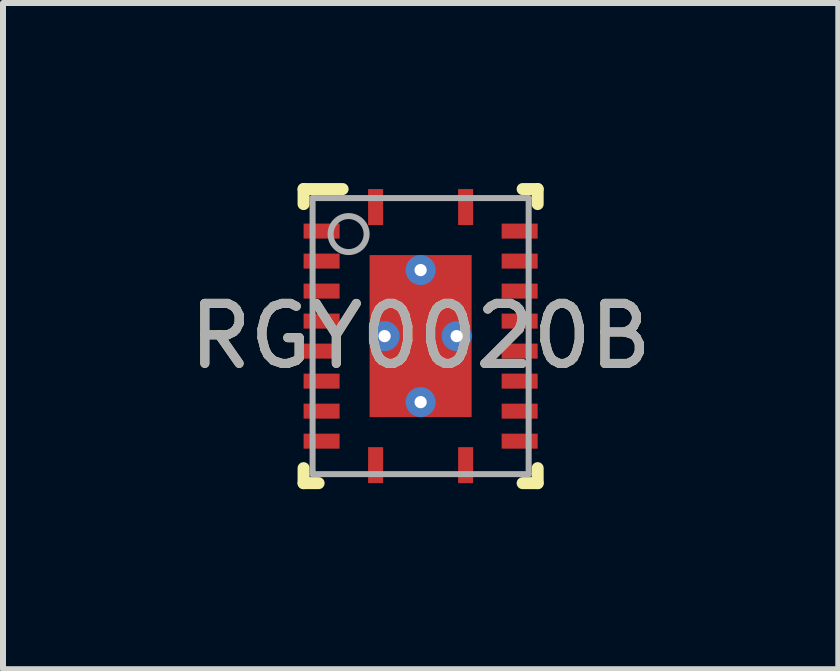
<source format=kicad_pcb>
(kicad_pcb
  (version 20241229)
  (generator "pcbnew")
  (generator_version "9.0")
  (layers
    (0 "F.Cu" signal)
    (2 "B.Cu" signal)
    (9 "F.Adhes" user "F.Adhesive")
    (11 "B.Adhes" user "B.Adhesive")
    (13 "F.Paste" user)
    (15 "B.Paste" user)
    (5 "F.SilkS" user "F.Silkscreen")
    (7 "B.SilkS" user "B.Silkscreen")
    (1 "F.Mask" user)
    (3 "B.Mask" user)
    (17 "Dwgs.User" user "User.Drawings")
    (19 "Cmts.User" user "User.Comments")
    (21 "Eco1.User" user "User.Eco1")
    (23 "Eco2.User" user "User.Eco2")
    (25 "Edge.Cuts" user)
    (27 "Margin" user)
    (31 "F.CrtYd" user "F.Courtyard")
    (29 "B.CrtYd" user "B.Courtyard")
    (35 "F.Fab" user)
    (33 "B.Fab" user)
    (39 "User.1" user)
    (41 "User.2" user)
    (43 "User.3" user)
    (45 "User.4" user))
  (footprint "RGY0020B"
    (layer "F.Cu")
    (at 3.958 2.55)
    (property "Reference" "RGY0020B" (at 0 0 0) (unlocked yes) (layer "F.SilkS") (effects (font (size 1 1) (thickness 0.15))))
    (attr smd)
    (fp_line (start -1.95 -2.45) (end -1.3 -2.45) (stroke (width 0.2) (type solid)) (layer "F.SilkS"))
    (fp_line (start -1.95 -2.2) (end -1.95 -2.45) (stroke (width 0.2) (type solid)) (layer "F.SilkS"))
    (fp_line (start -1.95 2.45) (end -1.95 2.2) (stroke (width 0.2) (type solid)) (layer "F.SilkS"))
    (fp_line (start -1.95 2.45) (end -1.7 2.45) (stroke (width 0.2) (type solid)) (layer "F.SilkS"))
    (fp_line (start 1.7 -2.45) (end 1.95 -2.45) (stroke (width 0.2) (type solid)) (layer "F.SilkS"))
    (fp_line (start 1.7 2.45) (end 1.95 2.45) (stroke (width 0.2) (type solid)) (layer "F.SilkS"))
    (fp_line (start 1.95 -2.2) (end 1.95 -2.45) (stroke (width 0.2) (type solid)) (layer "F.SilkS"))
    (fp_line (start 1.95 2.45) (end 1.95 2.2) (stroke (width 0.2) (type solid)) (layer "F.SilkS"))
    (fp_poly (pts (xy -0.1 -1.261) (xy -0.1 -0.149) (xy -0.101 -0.139) (xy -0.104 -0.13) (xy -0.108 -0.122) (xy -0.114 -0.114) (xy -0.122 -0.108) (xy -0.13 -0.104) (xy -0.139 -0.101) (xy -0.149 -0.1) (xy -0.801 -0.1) (xy -0.811 -0.101) (xy -0.82 -0.104) (xy -0.828 -0.108) (xy -0.836 -0.114) (xy -0.842 -0.122) (xy -0.846 -0.13) (xy -0.849 -0.139) (xy -0.85 -0.149) (xy -0.85 -1.261) (xy -0.849 -1.271) (xy -0.846 -1.28) (xy -0.842 -1.288) (xy -0.836 -1.296) (xy -0.828 -1.302) (xy -0.82 -1.306) (xy -0.811 -1.309) (xy -0.801 -1.31) (xy -0.149 -1.31) (xy -0.139 -1.309) (xy -0.13 -1.306) (xy -0.122 -1.302) (xy -0.114 -1.296) (xy -0.108 -1.288) (xy -0.104 -1.28) (xy -0.101 -1.271)) (stroke (width 0) (type solid)) (fill yes) (layer "F.Paste"))
    (fp_poly (pts (xy -0.1 0.149) (xy -0.1 1.261) (xy -0.101 1.271) (xy -0.104 1.28) (xy -0.108 1.288) (xy -0.114 1.296) (xy -0.122 1.302) (xy -0.13 1.306) (xy -0.139 1.309) (xy -0.149 1.31) (xy -0.801 1.31) (xy -0.811 1.309) (xy -0.82 1.306) (xy -0.828 1.302) (xy -0.836 1.296) (xy -0.842 1.288) (xy -0.846 1.28) (xy -0.849 1.271) (xy -0.85 1.261) (xy -0.85 0.149) (xy -0.849 0.139) (xy -0.846 0.13) (xy -0.842 0.122) (xy -0.836 0.114) (xy -0.828 0.108) (xy -0.82 0.104) (xy -0.811 0.101) (xy -0.801 0.1) (xy -0.149 0.1) (xy -0.139 0.101) (xy -0.13 0.104) (xy -0.122 0.108) (xy -0.114 0.114) (xy -0.108 0.122) (xy -0.104 0.13) (xy -0.101 0.139)) (stroke (width 0) (type solid)) (fill yes) (layer "F.Paste"))
    (fp_poly (pts (xy 0.1 -0.149) (xy 0.1 -1.261) (xy 0.101 -1.271) (xy 0.104 -1.28) (xy 0.108 -1.288) (xy 0.114 -1.296) (xy 0.122 -1.302) (xy 0.13 -1.306) (xy 0.139 -1.309) (xy 0.149 -1.31) (xy 0.801 -1.31) (xy 0.811 -1.309) (xy 0.82 -1.306) (xy 0.828 -1.302) (xy 0.836 -1.296) (xy 0.842 -1.288) (xy 0.846 -1.28) (xy 0.849 -1.271) (xy 0.85 -1.261) (xy 0.85 -0.149) (xy 0.849 -0.139) (xy 0.846 -0.13) (xy 0.842 -0.122) (xy 0.836 -0.114) (xy 0.828 -0.108) (xy 0.82 -0.104) (xy 0.811 -0.101) (xy 0.801 -0.1) (xy 0.149 -0.1) (xy 0.139 -0.101) (xy 0.13 -0.104) (xy 0.122 -0.108) (xy 0.114 -0.114) (xy 0.108 -0.122) (xy 0.104 -0.13) (xy 0.101 -0.139)) (stroke (width 0) (type solid)) (fill yes) (layer "F.Paste"))
    (fp_poly (pts (xy 0.1 1.261) (xy 0.1 0.149) (xy 0.101 0.139) (xy 0.104 0.13) (xy 0.108 0.122) (xy 0.114 0.114) (xy 0.122 0.108) (xy 0.13 0.104) (xy 0.139 0.101) (xy 0.149 0.1) (xy 0.801 0.1) (xy 0.811 0.101) (xy 0.82 0.104) (xy 0.828 0.108) (xy 0.836 0.114) (xy 0.842 0.122) (xy 0.846 0.13) (xy 0.849 0.139) (xy 0.85 0.149) (xy 0.85 1.261) (xy 0.849 1.271) (xy 0.846 1.28) (xy 0.842 1.288) (xy 0.836 1.296) (xy 0.828 1.302) (xy 0.82 1.306) (xy 0.811 1.309) (xy 0.801 1.31) (xy 0.149 1.31) (xy 0.139 1.309) (xy 0.13 1.306) (xy 0.122 1.302) (xy 0.114 1.296) (xy 0.108 1.288) (xy 0.104 1.28) (xy 0.101 1.271)) (stroke (width 0) (type solid)) (fill yes) (layer "F.Paste"))
    (fp_line (start -1.8 -2.3) (end 1.8 -2.3) (stroke (width 0.1) (type solid)) (layer "F.Fab"))
    (fp_line (start -1.8 2.3) (end -1.8 -2.3) (stroke (width 0.1) (type solid)) (layer "F.Fab"))
    (fp_line (start -1.8 2.3) (end 1.8 2.3) (stroke (width 0.1) (type solid)) (layer "F.Fab"))
    (fp_line (start 1.8 2.3) (end 1.8 -2.3) (stroke (width 0.1) (type solid)) (layer "F.Fab"))
    (fp_circle (center -1.2 -1.7) (end -0.9 -1.7) (stroke (width 0.1) (type solid)) (fill no) (layer "F.Fab"))
    (fp_text user "${REFERENCE}" (at 0 0 0) (unlocked yes) (layer "F.Fab") (effects (font (size 1 1) (thickness 0.15))))
    (pad "1" smd rect (at -0.75 -2.15) (size 0.25 0.6) (layers "F.Cu" "F.Mask" "F.Paste"))
    (pad "2" smd rect (at -1.65 -1.75 90) (size 0.25 0.6) (layers "F.Cu" "F.Mask" "F.Paste"))
    (pad "3" smd rect (at -1.65 -1.25 90) (size 0.25 0.6) (layers "F.Cu" "F.Mask" "F.Paste"))
    (pad "4" smd rect (at -1.65 -0.75 90) (size 0.25 0.6) (layers "F.Cu" "F.Mask" "F.Paste"))
    (pad "5" smd rect (at -1.65 -0.25 90) (size 0.25 0.6) (layers "F.Cu" "F.Mask" "F.Paste"))
    (pad "6" smd rect (at -1.65 0.25 90) (size 0.25 0.6) (layers "F.Cu" "F.Mask" "F.Paste"))
    (pad "7" smd rect (at -1.65 0.75 90) (size 0.25 0.6) (layers "F.Cu" "F.Mask" "F.Paste"))
    (pad "8" smd rect (at -1.65 1.25 90) (size 0.25 0.6) (layers "F.Cu" "F.Mask" "F.Paste"))
    (pad "9" smd rect (at -1.65 1.75 90) (size 0.25 0.6) (layers "F.Cu" "F.Mask" "F.Paste"))
    (pad "10" smd rect (at -0.75 2.15) (size 0.25 0.6) (layers "F.Cu" "F.Mask" "F.Paste"))
    (pad "11" smd rect (at 0.75 2.15) (size 0.25 0.6) (layers "F.Cu" "F.Mask" "F.Paste"))
    (pad "12" smd rect (at 1.65 1.75 90) (size 0.25 0.6) (layers "F.Cu" "F.Mask" "F.Paste"))
    (pad "13" smd rect (at 1.65 1.25 90) (size 0.25 0.6) (layers "F.Cu" "F.Mask" "F.Paste"))
    (pad "14" smd rect (at 1.65 0.75 90) (size 0.25 0.6) (layers "F.Cu" "F.Mask" "F.Paste"))
    (pad "15" smd rect (at 1.65 0.25 90) (size 0.25 0.6) (layers "F.Cu" "F.Mask" "F.Paste"))
    (pad "16" smd rect (at 1.65 -0.25 90) (size 0.25 0.6) (layers "F.Cu" "F.Mask" "F.Paste"))
    (pad "17" smd rect (at 1.65 -0.75 90) (size 0.25 0.6) (layers "F.Cu" "F.Mask" "F.Paste"))
    (pad "18" smd rect (at 1.65 -1.25 90) (size 0.25 0.6) (layers "F.Cu" "F.Mask" "F.Paste"))
    (pad "19" smd rect (at 1.65 -1.75 90) (size 0.25 0.6) (layers "F.Cu" "F.Mask" "F.Paste"))
    (pad "20" smd rect (at 0.75 -2.15) (size 0.25 0.6) (layers "F.Cu" "F.Mask" "F.Paste"))
    (pad "21" smd rect (at 0 0) (size 1.7 2.7) (layers "F.Cu" "F.Mask"))
    (pad "V" thru_hole circle (at -0.6 0) (size 0.5 0.5) (drill 0.203) (layers "*.Cu" "*.Mask"))
    (pad "V" thru_hole circle (at 0 -1.1) (size 0.5 0.5) (drill 0.203) (layers "*.Cu" "*.Mask"))
    (pad "V" thru_hole circle (at 0 1.1) (size 0.5 0.5) (drill 0.203) (layers "*.Cu" "*.Mask"))
    (pad "V" thru_hole circle (at 0.6 0) (size 0.5 0.5) (drill 0.203) (layers "*.Cu" "*.Mask")))
  (gr_rect
    (start -3 -3)
    (end 10.917 8.1)
    (stroke (width 0.1) (type default))
    (fill no)
    (layer "Edge.Cuts")))
</source>
